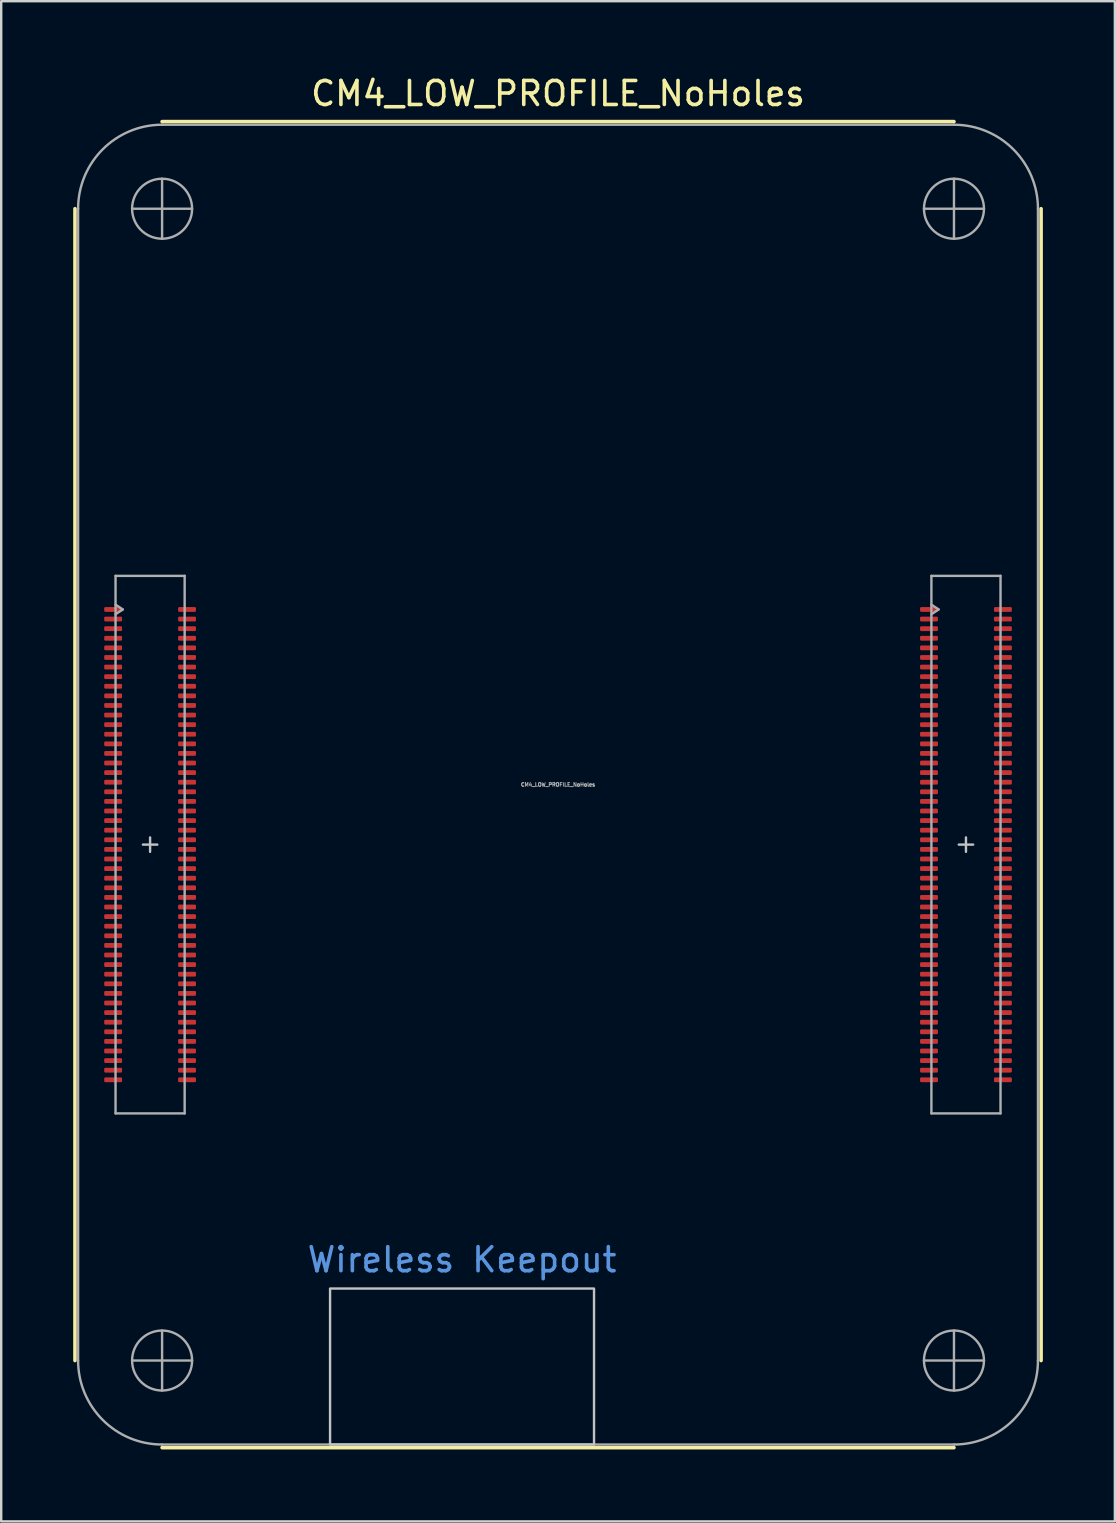
<source format=kicad_pcb>
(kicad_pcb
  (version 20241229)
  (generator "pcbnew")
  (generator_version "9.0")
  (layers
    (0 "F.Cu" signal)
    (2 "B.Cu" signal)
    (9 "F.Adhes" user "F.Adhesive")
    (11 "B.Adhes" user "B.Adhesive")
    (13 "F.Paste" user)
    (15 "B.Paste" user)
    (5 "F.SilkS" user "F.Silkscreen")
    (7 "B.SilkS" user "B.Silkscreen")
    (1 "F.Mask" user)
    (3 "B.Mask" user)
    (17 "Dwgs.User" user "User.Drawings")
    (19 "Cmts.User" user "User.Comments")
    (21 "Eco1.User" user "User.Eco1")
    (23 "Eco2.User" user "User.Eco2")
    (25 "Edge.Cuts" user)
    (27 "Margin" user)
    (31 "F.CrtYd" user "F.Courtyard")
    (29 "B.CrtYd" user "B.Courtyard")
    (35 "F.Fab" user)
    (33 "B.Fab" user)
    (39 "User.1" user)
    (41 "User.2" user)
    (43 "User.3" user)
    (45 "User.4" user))
  (footprint "CM4_LOW_PROFILE_NoHoles"
    (layer "F.Cu")
    (at 20.205 29.648)
    (property "Reference" "CM4_LOW_PROFILE_NoHoles" (at 0 -28.8 0) (layer "F.SilkS") (effects (font (size 1 1) (thickness 0.15))))
    (attr exclude_from_pos_files exclude_from_bom)
    (fp_line (start -20.13 -24) (end -20.13 24) (stroke (width 0.15) (type solid)) (layer "F.SilkS"))
    (fp_line (start -16.5 -27.63) (end 16.5 -27.63) (stroke (width 0.15) (type solid)) (layer "F.SilkS"))
    (fp_line (start -16.5 27.63) (end 16.5 27.63) (stroke (width 0.15) (type solid)) (layer "F.SilkS"))
    (fp_line (start 20.13 24) (end 20.13 -24) (stroke (width 0.15) (type solid)) (layer "F.SilkS"))
    (fp_line (start -17.3 2.5) (end -16.7 2.5) (stroke (width 0.1) (type solid)) (layer "Dwgs.User"))
    (fp_line (start -17 2.2) (end -17 2.8) (stroke (width 0.1) (type solid)) (layer "Dwgs.User"))
    (fp_line (start 16.7 2.5) (end 17.3 2.5) (stroke (width 0.1) (type solid)) (layer "Dwgs.User"))
    (fp_line (start 17 2.2) (end 17 2.8) (stroke (width 0.1) (type solid)) (layer "Dwgs.User"))
    (fp_poly (pts (xy 1.5 21) (xy 1.5 27.5) (xy -9.5 27.5) (xy -9.5 21)) (stroke (width 0.1) (type solid)) (fill no) (layer "Dwgs.User"))
    (fp_line (start -20 -24) (end -20 24) (stroke (width 0.1) (type solid)) (layer "F.Fab"))
    (fp_line (start -18.44 -8.7) (end -18.44 13.7) (stroke (width 0.1) (type solid)) (layer "F.Fab"))
    (fp_line (start -18.44 -7.1) (end -18.14 -7.3) (stroke (width 0.1) (type solid)) (layer "F.Fab"))
    (fp_line (start -18.44 13.7) (end -15.56 13.7) (stroke (width 0.1) (type solid)) (layer "F.Fab"))
    (fp_line (start -18.14 -7.3) (end -18.44 -7.5) (stroke (width 0.1) (type solid)) (layer "F.Fab"))
    (fp_line (start -17.75 -24) (end -15.25 -24) (stroke (width 0.1) (type solid)) (layer "F.Fab"))
    (fp_line (start -17.75 24) (end -15.25 24) (stroke (width 0.1) (type solid)) (layer "F.Fab"))
    (fp_line (start -16.5 -27.5) (end 16.5 -27.5) (stroke (width 0.1) (type solid)) (layer "F.Fab"))
    (fp_line (start -16.5 -25.25) (end -16.5 -22.75) (stroke (width 0.1) (type solid)) (layer "F.Fab"))
    (fp_line (start -16.5 22.75) (end -16.5 25.25) (stroke (width 0.1) (type solid)) (layer "F.Fab"))
    (fp_line (start -16.5 27.5) (end 16.5 27.5) (stroke (width 0.1) (type solid)) (layer "F.Fab"))
    (fp_line (start -15.56 -8.7) (end -18.44 -8.7) (stroke (width 0.1) (type solid)) (layer "F.Fab"))
    (fp_line (start -15.56 13.7) (end -15.56 -8.7) (stroke (width 0.1) (type solid)) (layer "F.Fab"))
    (fp_line (start 15.25 -24) (end 17.75 -24) (stroke (width 0.1) (type solid)) (layer "F.Fab"))
    (fp_line (start 15.25 24) (end 17.75 24) (stroke (width 0.1) (type solid)) (layer "F.Fab"))
    (fp_line (start 15.56 -8.7) (end 15.56 13.7) (stroke (width 0.1) (type solid)) (layer "F.Fab"))
    (fp_line (start 15.56 -7.1) (end 15.86 -7.3) (stroke (width 0.1) (type solid)) (layer "F.Fab"))
    (fp_line (start 15.56 13.7) (end 18.44 13.7) (stroke (width 0.1) (type solid)) (layer "F.Fab"))
    (fp_line (start 15.86 -7.3) (end 15.56 -7.5) (stroke (width 0.1) (type solid)) (layer "F.Fab"))
    (fp_line (start 16.5 -25.25) (end 16.5 -22.75) (stroke (width 0.1) (type solid)) (layer "F.Fab"))
    (fp_line (start 16.5 22.75) (end 16.5 25.25) (stroke (width 0.1) (type solid)) (layer "F.Fab"))
    (fp_line (start 18.44 -8.7) (end 15.56 -8.7) (stroke (width 0.1) (type solid)) (layer "F.Fab"))
    (fp_line (start 18.44 13.7) (end 18.44 -8.7) (stroke (width 0.1) (type solid)) (layer "F.Fab"))
    (fp_line (start 20 24) (end 20 -24) (stroke (width 0.1) (type solid)) (layer "F.Fab"))
    (fp_arc (start -20 -24) (mid -18.974874 -26.474874) (end -16.5 -27.5) (stroke (width 0.1) (type solid)) (layer "F.Fab"))
    (fp_arc (start -16.5 27.5) (mid -18.974874 26.474874) (end -20 24) (stroke (width 0.1) (type solid)) (layer "F.Fab"))
    (fp_arc (start 16.5 -27.5) (mid 18.974874 -26.474874) (end 20 -24) (stroke (width 0.1) (type solid)) (layer "F.Fab"))
    (fp_arc (start 20 24) (mid 18.974874 26.474874) (end 16.5 27.5) (stroke (width 0.1) (type solid)) (layer "F.Fab"))
    (fp_circle (center -16.5 -24) (end -15.25 -24) (stroke (width 0.1) (type solid)) (fill no) (layer "F.Fab"))
    (fp_circle (center -16.5 24) (end -15.25 24) (stroke (width 0.1) (type solid)) (fill no) (layer "F.Fab"))
    (fp_circle (center 16.5 -24) (end 17.75 -24) (stroke (width 0.1) (type solid)) (fill no) (layer "F.Fab"))
    (fp_circle (center 16.5 24) (end 17.75 24) (stroke (width 0.1) (type solid)) (fill no) (layer "F.Fab"))
    (fp_text user "Wireless Keepout" (at -4 19.8 0) (layer "Cmts.User") (effects (font (size 1 1) (thickness 0.15))))
    (fp_text user "${REFERENCE}" (at 0 0 0) (layer "F.Fab") (effects (font (size 0.15 0.15) (thickness 0.04))))
    (pad "1" smd roundrect (at -18.54 -7.3) (size 0.745 0.2) (layers "F.Cu" "F.Mask" "F.Paste") (roundrect_rratio 0.25))
    (pad "2" smd roundrect (at -15.46 -7.3) (size 0.745 0.2) (layers "F.Cu" "F.Mask" "F.Paste") (roundrect_rratio 0.25))
    (pad "3" smd roundrect (at -18.54 -6.9) (size 0.745 0.2) (layers "F.Cu" "F.Mask" "F.Paste") (roundrect_rratio 0.25))
    (pad "4" smd roundrect (at -15.46 -6.9) (size 0.745 0.2) (layers "F.Cu" "F.Mask" "F.Paste") (roundrect_rratio 0.25))
    (pad "5" smd roundrect (at -18.54 -6.5) (size 0.745 0.2) (layers "F.Cu" "F.Mask" "F.Paste") (roundrect_rratio 0.25))
    (pad "6" smd roundrect (at -15.46 -6.5) (size 0.745 0.2) (layers "F.Cu" "F.Mask" "F.Paste") (roundrect_rratio 0.25))
    (pad "7" smd roundrect (at -18.54 -6.1) (size 0.745 0.2) (layers "F.Cu" "F.Mask" "F.Paste") (roundrect_rratio 0.25))
    (pad "8" smd roundrect (at -15.46 -6.1) (size 0.745 0.2) (layers "F.Cu" "F.Mask" "F.Paste") (roundrect_rratio 0.25))
    (pad "9" smd roundrect (at -18.54 -5.7) (size 0.745 0.2) (layers "F.Cu" "F.Mask" "F.Paste") (roundrect_rratio 0.25))
    (pad "10" smd roundrect (at -15.46 -5.7) (size 0.745 0.2) (layers "F.Cu" "F.Mask" "F.Paste") (roundrect_rratio 0.25))
    (pad "11" smd roundrect (at -18.54 -5.3) (size 0.745 0.2) (layers "F.Cu" "F.Mask" "F.Paste") (roundrect_rratio 0.25))
    (pad "12" smd roundrect (at -15.46 -5.3) (size 0.745 0.2) (layers "F.Cu" "F.Mask" "F.Paste") (roundrect_rratio 0.25))
    (pad "13" smd roundrect (at -18.54 -4.9) (size 0.745 0.2) (layers "F.Cu" "F.Mask" "F.Paste") (roundrect_rratio 0.25))
    (pad "14" smd roundrect (at -15.46 -4.9) (size 0.745 0.2) (layers "F.Cu" "F.Mask" "F.Paste") (roundrect_rratio 0.25))
    (pad "15" smd roundrect (at -18.54 -4.5) (size 0.745 0.2) (layers "F.Cu" "F.Mask" "F.Paste") (roundrect_rratio 0.25))
    (pad "16" smd roundrect (at -15.46 -4.5) (size 0.745 0.2) (layers "F.Cu" "F.Mask" "F.Paste") (roundrect_rratio 0.25))
    (pad "17" smd roundrect (at -18.54 -4.1) (size 0.745 0.2) (layers "F.Cu" "F.Mask" "F.Paste") (roundrect_rratio 0.25))
    (pad "18" smd roundrect (at -15.46 -4.1) (size 0.745 0.2) (layers "F.Cu" "F.Mask" "F.Paste") (roundrect_rratio 0.25))
    (pad "19" smd roundrect (at -18.54 -3.7) (size 0.745 0.2) (layers "F.Cu" "F.Mask" "F.Paste") (roundrect_rratio 0.25))
    (pad "20" smd roundrect (at -15.46 -3.7) (size 0.745 0.2) (layers "F.Cu" "F.Mask" "F.Paste") (roundrect_rratio 0.25))
    (pad "21" smd roundrect (at -18.54 -3.3) (size 0.745 0.2) (layers "F.Cu" "F.Mask" "F.Paste") (roundrect_rratio 0.25))
    (pad "22" smd roundrect (at -15.46 -3.3) (size 0.745 0.2) (layers "F.Cu" "F.Mask" "F.Paste") (roundrect_rratio 0.25))
    (pad "23" smd roundrect (at -18.54 -2.9) (size 0.745 0.2) (layers "F.Cu" "F.Mask" "F.Paste") (roundrect_rratio 0.25))
    (pad "24" smd roundrect (at -15.46 -2.9) (size 0.745 0.2) (layers "F.Cu" "F.Mask" "F.Paste") (roundrect_rratio 0.25))
    (pad "25" smd roundrect (at -18.54 -2.5) (size 0.745 0.2) (layers "F.Cu" "F.Mask" "F.Paste") (roundrect_rratio 0.25))
    (pad "26" smd roundrect (at -15.46 -2.5) (size 0.745 0.2) (layers "F.Cu" "F.Mask" "F.Paste") (roundrect_rratio 0.25))
    (pad "27" smd roundrect (at -18.54 -2.1) (size 0.745 0.2) (layers "F.Cu" "F.Mask" "F.Paste") (roundrect_rratio 0.25))
    (pad "28" smd roundrect (at -15.46 -2.1) (size 0.745 0.2) (layers "F.Cu" "F.Mask" "F.Paste") (roundrect_rratio 0.25))
    (pad "29" smd roundrect (at -18.54 -1.7) (size 0.745 0.2) (layers "F.Cu" "F.Mask" "F.Paste") (roundrect_rratio 0.25))
    (pad "30" smd roundrect (at -15.46 -1.7) (size 0.745 0.2) (layers "F.Cu" "F.Mask" "F.Paste") (roundrect_rratio 0.25))
    (pad "31" smd roundrect (at -18.54 -1.3) (size 0.745 0.2) (layers "F.Cu" "F.Mask" "F.Paste") (roundrect_rratio 0.25))
    (pad "32" smd roundrect (at -15.46 -1.3) (size 0.745 0.2) (layers "F.Cu" "F.Mask" "F.Paste") (roundrect_rratio 0.25))
    (pad "33" smd roundrect (at -18.54 -0.9) (size 0.745 0.2) (layers "F.Cu" "F.Mask" "F.Paste") (roundrect_rratio 0.25))
    (pad "34" smd roundrect (at -15.46 -0.9) (size 0.745 0.2) (layers "F.Cu" "F.Mask" "F.Paste") (roundrect_rratio 0.25))
    (pad "35" smd roundrect (at -18.54 -0.5) (size 0.745 0.2) (layers "F.Cu" "F.Mask" "F.Paste") (roundrect_rratio 0.25))
    (pad "36" smd roundrect (at -15.46 -0.5) (size 0.745 0.2) (layers "F.Cu" "F.Mask" "F.Paste") (roundrect_rratio 0.25))
    (pad "37" smd roundrect (at -18.54 -0.1) (size 0.745 0.2) (layers "F.Cu" "F.Mask" "F.Paste") (roundrect_rratio 0.25))
    (pad "38" smd roundrect (at -15.46 -0.1) (size 0.745 0.2) (layers "F.Cu" "F.Mask" "F.Paste") (roundrect_rratio 0.25))
    (pad "39" smd roundrect (at -18.54 0.3) (size 0.745 0.2) (layers "F.Cu" "F.Mask" "F.Paste") (roundrect_rratio 0.25))
    (pad "40" smd roundrect (at -15.46 0.3) (size 0.745 0.2) (layers "F.Cu" "F.Mask" "F.Paste") (roundrect_rratio 0.25))
    (pad "41" smd roundrect (at -18.54 0.7) (size 0.745 0.2) (layers "F.Cu" "F.Mask" "F.Paste") (roundrect_rratio 0.25))
    (pad "42" smd roundrect (at -15.46 0.7) (size 0.745 0.2) (layers "F.Cu" "F.Mask" "F.Paste") (roundrect_rratio 0.25))
    (pad "43" smd roundrect (at -18.54 1.1) (size 0.745 0.2) (layers "F.Cu" "F.Mask" "F.Paste") (roundrect_rratio 0.25))
    (pad "44" smd roundrect (at -15.46 1.1) (size 0.745 0.2) (layers "F.Cu" "F.Mask" "F.Paste") (roundrect_rratio 0.25))
    (pad "45" smd roundrect (at -18.54 1.5) (size 0.745 0.2) (layers "F.Cu" "F.Mask" "F.Paste") (roundrect_rratio 0.25))
    (pad "46" smd roundrect (at -15.46 1.5) (size 0.745 0.2) (layers "F.Cu" "F.Mask" "F.Paste") (roundrect_rratio 0.25))
    (pad "47" smd roundrect (at -18.54 1.9) (size 0.745 0.2) (layers "F.Cu" "F.Mask" "F.Paste") (roundrect_rratio 0.25))
    (pad "48" smd roundrect (at -15.46 1.9) (size 0.745 0.2) (layers "F.Cu" "F.Mask" "F.Paste") (roundrect_rratio 0.25))
    (pad "49" smd roundrect (at -18.54 2.3) (size 0.745 0.2) (layers "F.Cu" "F.Mask" "F.Paste") (roundrect_rratio 0.25))
    (pad "50" smd roundrect (at -15.46 2.3) (size 0.745 0.2) (layers "F.Cu" "F.Mask" "F.Paste") (roundrect_rratio 0.25))
    (pad "51" smd roundrect (at -18.54 2.7) (size 0.745 0.2) (layers "F.Cu" "F.Mask" "F.Paste") (roundrect_rratio 0.25))
    (pad "52" smd roundrect (at -15.46 2.7) (size 0.745 0.2) (layers "F.Cu" "F.Mask" "F.Paste") (roundrect_rratio 0.25))
    (pad "53" smd roundrect (at -18.54 3.1) (size 0.745 0.2) (layers "F.Cu" "F.Mask" "F.Paste") (roundrect_rratio 0.25))
    (pad "54" smd roundrect (at -15.46 3.1) (size 0.745 0.2) (layers "F.Cu" "F.Mask" "F.Paste") (roundrect_rratio 0.25))
    (pad "55" smd roundrect (at -18.54 3.5) (size 0.745 0.2) (layers "F.Cu" "F.Mask" "F.Paste") (roundrect_rratio 0.25))
    (pad "56" smd roundrect (at -15.46 3.5) (size 0.745 0.2) (layers "F.Cu" "F.Mask" "F.Paste") (roundrect_rratio 0.25))
    (pad "57" smd roundrect (at -18.54 3.9) (size 0.745 0.2) (layers "F.Cu" "F.Mask" "F.Paste") (roundrect_rratio 0.25))
    (pad "58" smd roundrect (at -15.46 3.9) (size 0.745 0.2) (layers "F.Cu" "F.Mask" "F.Paste") (roundrect_rratio 0.25))
    (pad "59" smd roundrect (at -18.54 4.3) (size 0.745 0.2) (layers "F.Cu" "F.Mask" "F.Paste") (roundrect_rratio 0.25))
    (pad "60" smd roundrect (at -15.46 4.3) (size 0.745 0.2) (layers "F.Cu" "F.Mask" "F.Paste") (roundrect_rratio 0.25))
    (pad "61" smd roundrect (at -18.54 4.7) (size 0.745 0.2) (layers "F.Cu" "F.Mask" "F.Paste") (roundrect_rratio 0.25))
    (pad "62" smd roundrect (at -15.46 4.7) (size 0.745 0.2) (layers "F.Cu" "F.Mask" "F.Paste") (roundrect_rratio 0.25))
    (pad "63" smd roundrect (at -18.54 5.1) (size 0.745 0.2) (layers "F.Cu" "F.Mask" "F.Paste") (roundrect_rratio 0.25))
    (pad "64" smd roundrect (at -15.46 5.1) (size 0.745 0.2) (layers "F.Cu" "F.Mask" "F.Paste") (roundrect_rratio 0.25))
    (pad "65" smd roundrect (at -18.54 5.5) (size 0.745 0.2) (layers "F.Cu" "F.Mask" "F.Paste") (roundrect_rratio 0.25))
    (pad "66" smd roundrect (at -15.46 5.5) (size 0.745 0.2) (layers "F.Cu" "F.Mask" "F.Paste") (roundrect_rratio 0.25))
    (pad "67" smd roundrect (at -18.54 5.9) (size 0.745 0.2) (layers "F.Cu" "F.Mask" "F.Paste") (roundrect_rratio 0.25))
    (pad "68" smd roundrect (at -15.46 5.9) (size 0.745 0.2) (layers "F.Cu" "F.Mask" "F.Paste") (roundrect_rratio 0.25))
    (pad "69" smd roundrect (at -18.54 6.3) (size 0.745 0.2) (layers "F.Cu" "F.Mask" "F.Paste") (roundrect_rratio 0.25))
    (pad "70" smd roundrect (at -15.46 6.3) (size 0.745 0.2) (layers "F.Cu" "F.Mask" "F.Paste") (roundrect_rratio 0.25))
    (pad "71" smd roundrect (at -18.54 6.7) (size 0.745 0.2) (layers "F.Cu" "F.Mask" "F.Paste") (roundrect_rratio 0.25))
    (pad "72" smd roundrect (at -15.46 6.7) (size 0.745 0.2) (layers "F.Cu" "F.Mask" "F.Paste") (roundrect_rratio 0.25))
    (pad "73" smd roundrect (at -18.54 7.1) (size 0.745 0.2) (layers "F.Cu" "F.Mask" "F.Paste") (roundrect_rratio 0.25))
    (pad "74" smd roundrect (at -15.46 7.1) (size 0.745 0.2) (layers "F.Cu" "F.Mask" "F.Paste") (roundrect_rratio 0.25))
    (pad "75" smd roundrect (at -18.54 7.5) (size 0.745 0.2) (layers "F.Cu" "F.Mask" "F.Paste") (roundrect_rratio 0.25))
    (pad "76" smd roundrect (at -15.46 7.5) (size 0.745 0.2) (layers "F.Cu" "F.Mask" "F.Paste") (roundrect_rratio 0.25))
    (pad "77" smd roundrect (at -18.54 7.9) (size 0.745 0.2) (layers "F.Cu" "F.Mask" "F.Paste") (roundrect_rratio 0.25))
    (pad "78" smd roundrect (at -15.46 7.9) (size 0.745 0.2) (layers "F.Cu" "F.Mask" "F.Paste") (roundrect_rratio 0.25))
    (pad "79" smd roundrect (at -18.54 8.3) (size 0.745 0.2) (layers "F.Cu" "F.Mask" "F.Paste") (roundrect_rratio 0.25))
    (pad "80" smd roundrect (at -15.46 8.3) (size 0.745 0.2) (layers "F.Cu" "F.Mask" "F.Paste") (roundrect_rratio 0.25))
    (pad "81" smd roundrect (at -18.54 8.7) (size 0.745 0.2) (layers "F.Cu" "F.Mask" "F.Paste") (roundrect_rratio 0.25))
    (pad "82" smd roundrect (at -15.46 8.7) (size 0.745 0.2) (layers "F.Cu" "F.Mask" "F.Paste") (roundrect_rratio 0.25))
    (pad "83" smd roundrect (at -18.54 9.1) (size 0.745 0.2) (layers "F.Cu" "F.Mask" "F.Paste") (roundrect_rratio 0.25))
    (pad "84" smd roundrect (at -15.46 9.1) (size 0.745 0.2) (layers "F.Cu" "F.Mask" "F.Paste") (roundrect_rratio 0.25))
    (pad "85" smd roundrect (at -18.54 9.5) (size 0.745 0.2) (layers "F.Cu" "F.Mask" "F.Paste") (roundrect_rratio 0.25))
    (pad "86" smd roundrect (at -15.46 9.5) (size 0.745 0.2) (layers "F.Cu" "F.Mask" "F.Paste") (roundrect_rratio 0.25))
    (pad "87" smd roundrect (at -18.54 9.9) (size 0.745 0.2) (layers "F.Cu" "F.Mask" "F.Paste") (roundrect_rratio 0.25))
    (pad "88" smd roundrect (at -15.46 9.9) (size 0.745 0.2) (layers "F.Cu" "F.Mask" "F.Paste") (roundrect_rratio 0.25))
    (pad "89" smd roundrect (at -18.54 10.3) (size 0.745 0.2) (layers "F.Cu" "F.Mask" "F.Paste") (roundrect_rratio 0.25))
    (pad "90" smd roundrect (at -15.46 10.3) (size 0.745 0.2) (layers "F.Cu" "F.Mask" "F.Paste") (roundrect_rratio 0.25))
    (pad "91" smd roundrect (at -18.54 10.7) (size 0.745 0.2) (layers "F.Cu" "F.Mask" "F.Paste") (roundrect_rratio 0.25))
    (pad "92" smd roundrect (at -15.46 10.7) (size 0.745 0.2) (layers "F.Cu" "F.Mask" "F.Paste") (roundrect_rratio 0.25))
    (pad "93" smd roundrect (at -18.54 11.1) (size 0.745 0.2) (layers "F.Cu" "F.Mask" "F.Paste") (roundrect_rratio 0.25))
    (pad "94" smd roundrect (at -15.46 11.1) (size 0.745 0.2) (layers "F.Cu" "F.Mask" "F.Paste") (roundrect_rratio 0.25))
    (pad "95" smd roundrect (at -18.54 11.5) (size 0.745 0.2) (layers "F.Cu" "F.Mask" "F.Paste") (roundrect_rratio 0.25))
    (pad "96" smd roundrect (at -15.46 11.5) (size 0.745 0.2) (layers "F.Cu" "F.Mask" "F.Paste") (roundrect_rratio 0.25))
    (pad "97" smd roundrect (at -18.54 11.9) (size 0.745 0.2) (layers "F.Cu" "F.Mask" "F.Paste") (roundrect_rratio 0.25))
    (pad "98" smd roundrect (at -15.46 11.9) (size 0.745 0.2) (layers "F.Cu" "F.Mask" "F.Paste") (roundrect_rratio 0.25))
    (pad "99" smd roundrect (at -18.54 12.3) (size 0.745 0.2) (layers "F.Cu" "F.Mask" "F.Paste") (roundrect_rratio 0.25))
    (pad "100" smd roundrect (at -15.46 12.3) (size 0.745 0.2) (layers "F.Cu" "F.Mask" "F.Paste") (roundrect_rratio 0.25))
    (pad "101" smd roundrect (at 15.46 -7.3) (size 0.745 0.2) (layers "F.Cu" "F.Mask" "F.Paste") (roundrect_rratio 0.25))
    (pad "102" smd roundrect (at 18.54 -7.3) (size 0.745 0.2) (layers "F.Cu" "F.Mask" "F.Paste") (roundrect_rratio 0.25))
    (pad "103" smd roundrect (at 15.46 -6.9) (size 0.745 0.2) (layers "F.Cu" "F.Mask" "F.Paste") (roundrect_rratio 0.25))
    (pad "104" smd roundrect (at 18.54 -6.9) (size 0.745 0.2) (layers "F.Cu" "F.Mask" "F.Paste") (roundrect_rratio 0.25))
    (pad "105" smd roundrect (at 15.46 -6.5) (size 0.745 0.2) (layers "F.Cu" "F.Mask" "F.Paste") (roundrect_rratio 0.25))
    (pad "106" smd roundrect (at 18.54 -6.5) (size 0.745 0.2) (layers "F.Cu" "F.Mask" "F.Paste") (roundrect_rratio 0.25))
    (pad "107" smd roundrect (at 15.46 -6.1) (size 0.745 0.2) (layers "F.Cu" "F.Mask" "F.Paste") (roundrect_rratio 0.25))
    (pad "108" smd roundrect (at 18.54 -6.1) (size 0.745 0.2) (layers "F.Cu" "F.Mask" "F.Paste") (roundrect_rratio 0.25))
    (pad "109" smd roundrect (at 15.46 -5.7) (size 0.745 0.2) (layers "F.Cu" "F.Mask" "F.Paste") (roundrect_rratio 0.25))
    (pad "110" smd roundrect (at 18.54 -5.7) (size 0.745 0.2) (layers "F.Cu" "F.Mask" "F.Paste") (roundrect_rratio 0.25))
    (pad "111" smd roundrect (at 15.46 -5.3) (size 0.745 0.2) (layers "F.Cu" "F.Mask" "F.Paste") (roundrect_rratio 0.25))
    (pad "112" smd roundrect (at 18.54 -5.3) (size 0.745 0.2) (layers "F.Cu" "F.Mask" "F.Paste") (roundrect_rratio 0.25))
    (pad "113" smd roundrect (at 15.46 -4.9) (size 0.745 0.2) (layers "F.Cu" "F.Mask" "F.Paste") (roundrect_rratio 0.25))
    (pad "114" smd roundrect (at 18.54 -4.9) (size 0.745 0.2) (layers "F.Cu" "F.Mask" "F.Paste") (roundrect_rratio 0.25))
    (pad "115" smd roundrect (at 15.46 -4.5) (size 0.745 0.2) (layers "F.Cu" "F.Mask" "F.Paste") (roundrect_rratio 0.25))
    (pad "116" smd roundrect (at 18.54 -4.5) (size 0.745 0.2) (layers "F.Cu" "F.Mask" "F.Paste") (roundrect_rratio 0.25))
    (pad "117" smd roundrect (at 15.46 -4.1) (size 0.745 0.2) (layers "F.Cu" "F.Mask" "F.Paste") (roundrect_rratio 0.25))
    (pad "118" smd roundrect (at 18.54 -4.1) (size 0.745 0.2) (layers "F.Cu" "F.Mask" "F.Paste") (roundrect_rratio 0.25))
    (pad "119" smd roundrect (at 15.46 -3.7) (size 0.745 0.2) (layers "F.Cu" "F.Mask" "F.Paste") (roundrect_rratio 0.25))
    (pad "120" smd roundrect (at 18.54 -3.7) (size 0.745 0.2) (layers "F.Cu" "F.Mask" "F.Paste") (roundrect_rratio 0.25))
    (pad "121" smd roundrect (at 15.46 -3.3) (size 0.745 0.2) (layers "F.Cu" "F.Mask" "F.Paste") (roundrect_rratio 0.25))
    (pad "122" smd roundrect (at 18.54 -3.3) (size 0.745 0.2) (layers "F.Cu" "F.Mask" "F.Paste") (roundrect_rratio 0.25))
    (pad "123" smd roundrect (at 15.46 -2.9) (size 0.745 0.2) (layers "F.Cu" "F.Mask" "F.Paste") (roundrect_rratio 0.25))
    (pad "124" smd roundrect (at 18.54 -2.9) (size 0.745 0.2) (layers "F.Cu" "F.Mask" "F.Paste") (roundrect_rratio 0.25))
    (pad "125" smd roundrect (at 15.46 -2.5) (size 0.745 0.2) (layers "F.Cu" "F.Mask" "F.Paste") (roundrect_rratio 0.25))
    (pad "126" smd roundrect (at 18.54 -2.5) (size 0.745 0.2) (layers "F.Cu" "F.Mask" "F.Paste") (roundrect_rratio 0.25))
    (pad "127" smd roundrect (at 15.46 -2.1) (size 0.745 0.2) (layers "F.Cu" "F.Mask" "F.Paste") (roundrect_rratio 0.25))
    (pad "128" smd roundrect (at 18.54 -2.1) (size 0.745 0.2) (layers "F.Cu" "F.Mask" "F.Paste") (roundrect_rratio 0.25))
    (pad "129" smd roundrect (at 15.46 -1.7) (size 0.745 0.2) (layers "F.Cu" "F.Mask" "F.Paste") (roundrect_rratio 0.25))
    (pad "130" smd roundrect (at 18.54 -1.7) (size 0.745 0.2) (layers "F.Cu" "F.Mask" "F.Paste") (roundrect_rratio 0.25))
    (pad "131" smd roundrect (at 15.46 -1.3) (size 0.745 0.2) (layers "F.Cu" "F.Mask" "F.Paste") (roundrect_rratio 0.25))
    (pad "132" smd roundrect (at 18.54 -1.3) (size 0.745 0.2) (layers "F.Cu" "F.Mask" "F.Paste") (roundrect_rratio 0.25))
    (pad "133" smd roundrect (at 15.46 -0.9) (size 0.745 0.2) (layers "F.Cu" "F.Mask" "F.Paste") (roundrect_rratio 0.25))
    (pad "134" smd roundrect (at 18.54 -0.9) (size 0.745 0.2) (layers "F.Cu" "F.Mask" "F.Paste") (roundrect_rratio 0.25))
    (pad "135" smd roundrect (at 15.46 -0.5) (size 0.745 0.2) (layers "F.Cu" "F.Mask" "F.Paste") (roundrect_rratio 0.25))
    (pad "136" smd roundrect (at 18.54 -0.5) (size 0.745 0.2) (layers "F.Cu" "F.Mask" "F.Paste") (roundrect_rratio 0.25))
    (pad "137" smd roundrect (at 15.46 -0.1) (size 0.745 0.2) (layers "F.Cu" "F.Mask" "F.Paste") (roundrect_rratio 0.25))
    (pad "138" smd roundrect (at 18.54 -0.1) (size 0.745 0.2) (layers "F.Cu" "F.Mask" "F.Paste") (roundrect_rratio 0.25))
    (pad "139" smd roundrect (at 15.46 0.3) (size 0.745 0.2) (layers "F.Cu" "F.Mask" "F.Paste") (roundrect_rratio 0.25))
    (pad "140" smd roundrect (at 18.54 0.3) (size 0.745 0.2) (layers "F.Cu" "F.Mask" "F.Paste") (roundrect_rratio 0.25))
    (pad "141" smd roundrect (at 15.46 0.7) (size 0.745 0.2) (layers "F.Cu" "F.Mask" "F.Paste") (roundrect_rratio 0.25))
    (pad "142" smd roundrect (at 18.54 0.7) (size 0.745 0.2) (layers "F.Cu" "F.Mask" "F.Paste") (roundrect_rratio 0.25))
    (pad "143" smd roundrect (at 15.46 1.1) (size 0.745 0.2) (layers "F.Cu" "F.Mask" "F.Paste") (roundrect_rratio 0.25))
    (pad "144" smd roundrect (at 18.54 1.1) (size 0.745 0.2) (layers "F.Cu" "F.Mask" "F.Paste") (roundrect_rratio 0.25))
    (pad "145" smd roundrect (at 15.46 1.5) (size 0.745 0.2) (layers "F.Cu" "F.Mask" "F.Paste") (roundrect_rratio 0.25))
    (pad "146" smd roundrect (at 18.54 1.5) (size 0.745 0.2) (layers "F.Cu" "F.Mask" "F.Paste") (roundrect_rratio 0.25))
    (pad "147" smd roundrect (at 15.46 1.9) (size 0.745 0.2) (layers "F.Cu" "F.Mask" "F.Paste") (roundrect_rratio 0.25))
    (pad "148" smd roundrect (at 18.54 1.9) (size 0.745 0.2) (layers "F.Cu" "F.Mask" "F.Paste") (roundrect_rratio 0.25))
    (pad "149" smd roundrect (at 15.46 2.3) (size 0.745 0.2) (layers "F.Cu" "F.Mask" "F.Paste") (roundrect_rratio 0.25))
    (pad "150" smd roundrect (at 18.54 2.3) (size 0.745 0.2) (layers "F.Cu" "F.Mask" "F.Paste") (roundrect_rratio 0.25))
    (pad "151" smd roundrect (at 15.46 2.7) (size 0.745 0.2) (layers "F.Cu" "F.Mask" "F.Paste") (roundrect_rratio 0.25))
    (pad "152" smd roundrect (at 18.54 2.7) (size 0.745 0.2) (layers "F.Cu" "F.Mask" "F.Paste") (roundrect_rratio 0.25))
    (pad "153" smd roundrect (at 15.46 3.1) (size 0.745 0.2) (layers "F.Cu" "F.Mask" "F.Paste") (roundrect_rratio 0.25))
    (pad "154" smd roundrect (at 18.54 3.1) (size 0.745 0.2) (layers "F.Cu" "F.Mask" "F.Paste") (roundrect_rratio 0.25))
    (pad "155" smd roundrect (at 15.46 3.5) (size 0.745 0.2) (layers "F.Cu" "F.Mask" "F.Paste") (roundrect_rratio 0.25))
    (pad "156" smd roundrect (at 18.54 3.5) (size 0.745 0.2) (layers "F.Cu" "F.Mask" "F.Paste") (roundrect_rratio 0.25))
    (pad "157" smd roundrect (at 15.46 3.9) (size 0.745 0.2) (layers "F.Cu" "F.Mask" "F.Paste") (roundrect_rratio 0.25))
    (pad "158" smd roundrect (at 18.54 3.9) (size 0.745 0.2) (layers "F.Cu" "F.Mask" "F.Paste") (roundrect_rratio 0.25))
    (pad "159" smd roundrect (at 15.46 4.3) (size 0.745 0.2) (layers "F.Cu" "F.Mask" "F.Paste") (roundrect_rratio 0.25))
    (pad "160" smd roundrect (at 18.54 4.3) (size 0.745 0.2) (layers "F.Cu" "F.Mask" "F.Paste") (roundrect_rratio 0.25))
    (pad "161" smd roundrect (at 15.46 4.7) (size 0.745 0.2) (layers "F.Cu" "F.Mask" "F.Paste") (roundrect_rratio 0.25))
    (pad "162" smd roundrect (at 18.54 4.7) (size 0.745 0.2) (layers "F.Cu" "F.Mask" "F.Paste") (roundrect_rratio 0.25))
    (pad "163" smd roundrect (at 15.46 5.1) (size 0.745 0.2) (layers "F.Cu" "F.Mask" "F.Paste") (roundrect_rratio 0.25))
    (pad "164" smd roundrect (at 18.54 5.1) (size 0.745 0.2) (layers "F.Cu" "F.Mask" "F.Paste") (roundrect_rratio 0.25))
    (pad "165" smd roundrect (at 15.46 5.5) (size 0.745 0.2) (layers "F.Cu" "F.Mask" "F.Paste") (roundrect_rratio 0.25))
    (pad "166" smd roundrect (at 18.54 5.5) (size 0.745 0.2) (layers "F.Cu" "F.Mask" "F.Paste") (roundrect_rratio 0.25))
    (pad "167" smd roundrect (at 15.46 5.9) (size 0.745 0.2) (layers "F.Cu" "F.Mask" "F.Paste") (roundrect_rratio 0.25))
    (pad "168" smd roundrect (at 18.54 5.9) (size 0.745 0.2) (layers "F.Cu" "F.Mask" "F.Paste") (roundrect_rratio 0.25))
    (pad "169" smd roundrect (at 15.46 6.3) (size 0.745 0.2) (layers "F.Cu" "F.Mask" "F.Paste") (roundrect_rratio 0.25))
    (pad "170" smd roundrect (at 18.54 6.3) (size 0.745 0.2) (layers "F.Cu" "F.Mask" "F.Paste") (roundrect_rratio 0.25))
    (pad "171" smd roundrect (at 15.46 6.7) (size 0.745 0.2) (layers "F.Cu" "F.Mask" "F.Paste") (roundrect_rratio 0.25))
    (pad "172" smd roundrect (at 18.54 6.7) (size 0.745 0.2) (layers "F.Cu" "F.Mask" "F.Paste") (roundrect_rratio 0.25))
    (pad "173" smd roundrect (at 15.46 7.1) (size 0.745 0.2) (layers "F.Cu" "F.Mask" "F.Paste") (roundrect_rratio 0.25))
    (pad "174" smd roundrect (at 18.54 7.1) (size 0.745 0.2) (layers "F.Cu" "F.Mask" "F.Paste") (roundrect_rratio 0.25))
    (pad "175" smd roundrect (at 15.46 7.5) (size 0.745 0.2) (layers "F.Cu" "F.Mask" "F.Paste") (roundrect_rratio 0.25))
    (pad "176" smd roundrect (at 18.54 7.5) (size 0.745 0.2) (layers "F.Cu" "F.Mask" "F.Paste") (roundrect_rratio 0.25))
    (pad "177" smd roundrect (at 15.46 7.9) (size 0.745 0.2) (layers "F.Cu" "F.Mask" "F.Paste") (roundrect_rratio 0.25))
    (pad "178" smd roundrect (at 18.54 7.9) (size 0.745 0.2) (layers "F.Cu" "F.Mask" "F.Paste") (roundrect_rratio 0.25))
    (pad "179" smd roundrect (at 15.46 8.3) (size 0.745 0.2) (layers "F.Cu" "F.Mask" "F.Paste") (roundrect_rratio 0.25))
    (pad "180" smd roundrect (at 18.54 8.3) (size 0.745 0.2) (layers "F.Cu" "F.Mask" "F.Paste") (roundrect_rratio 0.25))
    (pad "181" smd roundrect (at 15.46 8.7) (size 0.745 0.2) (layers "F.Cu" "F.Mask" "F.Paste") (roundrect_rratio 0.25))
    (pad "182" smd roundrect (at 18.54 8.7) (size 0.745 0.2) (layers "F.Cu" "F.Mask" "F.Paste") (roundrect_rratio 0.25))
    (pad "183" smd roundrect (at 15.46 9.1) (size 0.745 0.2) (layers "F.Cu" "F.Mask" "F.Paste") (roundrect_rratio 0.25))
    (pad "184" smd roundrect (at 18.54 9.1) (size 0.745 0.2) (layers "F.Cu" "F.Mask" "F.Paste") (roundrect_rratio 0.25))
    (pad "185" smd roundrect (at 15.46 9.5) (size 0.745 0.2) (layers "F.Cu" "F.Mask" "F.Paste") (roundrect_rratio 0.25))
    (pad "186" smd roundrect (at 18.54 9.5) (size 0.745 0.2) (layers "F.Cu" "F.Mask" "F.Paste") (roundrect_rratio 0.25))
    (pad "187" smd roundrect (at 15.46 9.9) (size 0.745 0.2) (layers "F.Cu" "F.Mask" "F.Paste") (roundrect_rratio 0.25))
    (pad "188" smd roundrect (at 18.54 9.9) (size 0.745 0.2) (layers "F.Cu" "F.Mask" "F.Paste") (roundrect_rratio 0.25))
    (pad "189" smd roundrect (at 15.46 10.3) (size 0.745 0.2) (layers "F.Cu" "F.Mask" "F.Paste") (roundrect_rratio 0.25))
    (pad "190" smd roundrect (at 18.54 10.3) (size 0.745 0.2) (layers "F.Cu" "F.Mask" "F.Paste") (roundrect_rratio 0.25))
    (pad "191" smd roundrect (at 15.46 10.7) (size 0.745 0.2) (layers "F.Cu" "F.Mask" "F.Paste") (roundrect_rratio 0.25))
    (pad "192" smd roundrect (at 18.54 10.7) (size 0.745 0.2) (layers "F.Cu" "F.Mask" "F.Paste") (roundrect_rratio 0.25))
    (pad "193" smd roundrect (at 15.46 11.1) (size 0.745 0.2) (layers "F.Cu" "F.Mask" "F.Paste") (roundrect_rratio 0.25))
    (pad "194" smd roundrect (at 18.54 11.1) (size 0.745 0.2) (layers "F.Cu" "F.Mask" "F.Paste") (roundrect_rratio 0.25))
    (pad "195" smd roundrect (at 15.46 11.5) (size 0.745 0.2) (layers "F.Cu" "F.Mask" "F.Paste") (roundrect_rratio 0.25))
    (pad "196" smd roundrect (at 18.54 11.5) (size 0.745 0.2) (layers "F.Cu" "F.Mask" "F.Paste") (roundrect_rratio 0.25))
    (pad "197" smd roundrect (at 15.46 11.9) (size 0.745 0.2) (layers "F.Cu" "F.Mask" "F.Paste") (roundrect_rratio 0.25))
    (pad "198" smd roundrect (at 18.54 11.9) (size 0.745 0.2) (layers "F.Cu" "F.Mask" "F.Paste") (roundrect_rratio 0.25))
    (pad "199" smd roundrect (at 15.46 12.3) (size 0.745 0.2) (layers "F.Cu" "F.Mask" "F.Paste") (roundrect_rratio 0.25))
    (pad "200" smd roundrect (at 18.54 12.3) (size 0.745 0.2) (layers "F.Cu" "F.Mask" "F.Paste") (roundrect_rratio 0.25)))
  (gr_rect
    (start -3 -3)
    (end 43.41 60.353)
    (stroke (width 0.1) (type default))
    (fill no)
    (layer "Edge.Cuts")))
</source>
